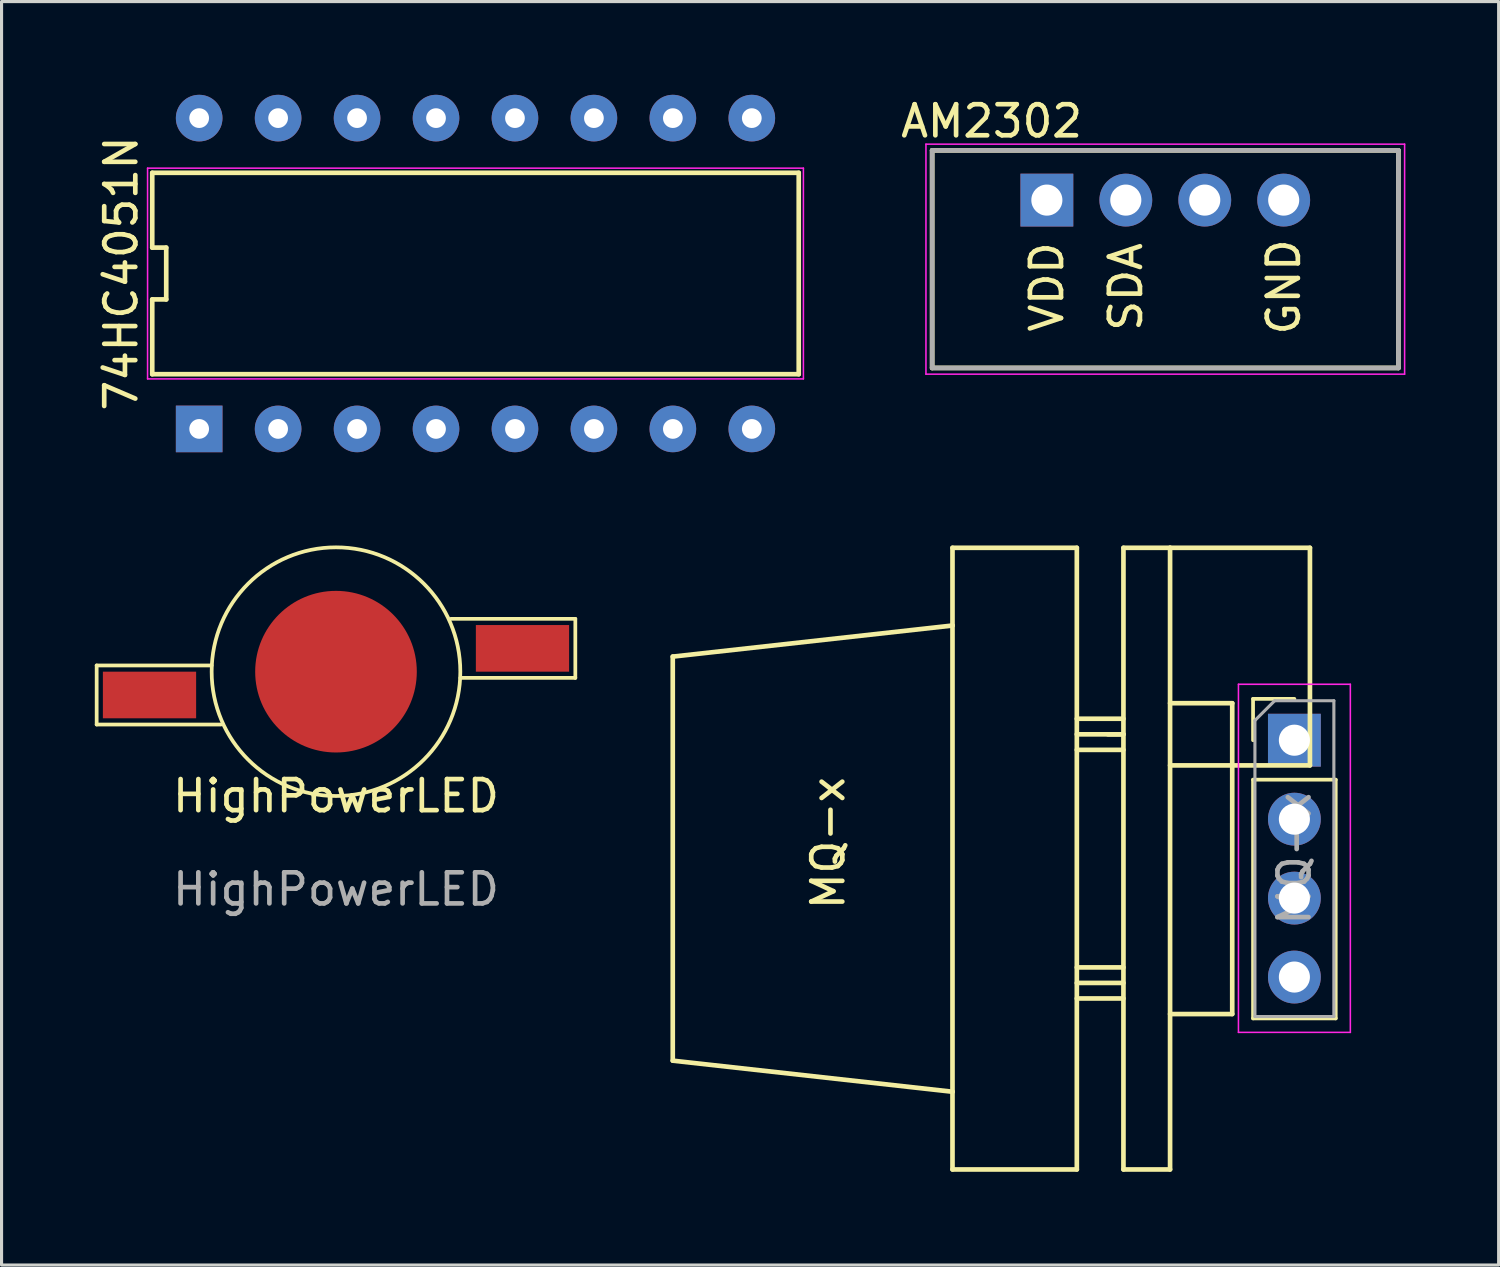
<source format=kicad_pcb>
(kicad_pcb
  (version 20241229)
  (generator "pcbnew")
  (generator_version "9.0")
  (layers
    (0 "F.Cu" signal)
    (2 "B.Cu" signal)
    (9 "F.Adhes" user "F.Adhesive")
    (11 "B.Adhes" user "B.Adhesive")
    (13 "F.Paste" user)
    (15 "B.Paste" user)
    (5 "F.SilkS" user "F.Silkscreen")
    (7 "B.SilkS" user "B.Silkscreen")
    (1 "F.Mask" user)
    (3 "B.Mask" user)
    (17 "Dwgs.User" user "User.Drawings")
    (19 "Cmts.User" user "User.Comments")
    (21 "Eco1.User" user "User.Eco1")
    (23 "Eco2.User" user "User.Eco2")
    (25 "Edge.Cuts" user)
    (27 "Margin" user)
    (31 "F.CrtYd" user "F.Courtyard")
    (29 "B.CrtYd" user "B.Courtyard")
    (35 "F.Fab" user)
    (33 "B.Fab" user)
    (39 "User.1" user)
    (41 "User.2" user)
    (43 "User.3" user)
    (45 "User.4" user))
  (footprint "AM2302"
    (layer "F.Cu")
    (at 34.441 3.388)
    (property "Reference" "AM2302" (at -5.588 -2.54 180) (layer "F.SilkS") (effects (font (size 1 1) (thickness 0.15))))
    (attr through_hole)
    (fp_line (start -7.5 -1.6) (end -7.5 5.4) (stroke (width 0.15) (type solid)) (layer "F.SilkS"))
    (fp_line (start -7.5 5.4) (end 7.5 5.4) (stroke (width 0.15) (type solid)) (layer "F.SilkS"))
    (fp_line (start 7.5 -1.6) (end -7.5 -1.6) (stroke (width 0.15) (type solid)) (layer "F.SilkS"))
    (fp_line (start 7.5 5.4) (end 7.5 -1.6) (stroke (width 0.15) (type solid)) (layer "F.SilkS"))
    (fp_line (start -7.7 -1.8) (end -7.7 5.6) (stroke (width 0.05) (type solid)) (layer "F.CrtYd"))
    (fp_line (start -7.7 5.6) (end 7.7 5.6) (stroke (width 0.05) (type solid)) (layer "F.CrtYd"))
    (fp_line (start 7.7 -1.8) (end -7.7 -1.8) (stroke (width 0.05) (type solid)) (layer "F.CrtYd"))
    (fp_line (start 7.7 5.6) (end 7.7 -1.8) (stroke (width 0.05) (type solid)) (layer "F.CrtYd"))
    (fp_line (start -7.5 -1.6) (end -7.5 5.4) (stroke (width 0.15) (type solid)) (layer "F.Fab"))
    (fp_line (start -7.5 5.4) (end 7.5 5.4) (stroke (width 0.15) (type solid)) (layer "F.Fab"))
    (fp_line (start 7.5 -1.6) (end -7.5 -1.6) (stroke (width 0.15) (type solid)) (layer "F.Fab"))
    (fp_line (start 7.5 5.4) (end 7.5 -1.6) (stroke (width 0.15) (type solid)) (layer "F.Fab"))
    (fp_text user "SDA" (at -1.27 2.794 90) (layer "F.SilkS") (effects (font (size 1 1) (thickness 0.15))))
    (fp_text user "VDD" (at -3.81 2.794 90) (layer "F.SilkS") (effects (font (size 1 1) (thickness 0.15))))
    (fp_text user "GND" (at 3.81 2.794 90) (layer "F.SilkS") (effects (font (size 1 1) (thickness 0.15))))
    (pad "1" thru_hole rect (at -3.81 0 90) (size 1.7 1.7) (drill 1) (layers "*.Cu" "*.Mask"))
    (pad "2" thru_hole oval (at -1.27 0 90) (size 1.7 1.7) (drill 1) (layers "*.Cu" "*.Mask"))
    (pad "3" thru_hole oval (at 1.27 0 90) (size 1.7 1.7) (drill 1) (layers "*.Cu" "*.Mask"))
    (pad "4" thru_hole oval (at 3.81 0 90) (size 1.7 1.7) (drill 1) (layers "*.Cu" "*.Mask")))
  (footprint "HighPowerLED"
    (layer "F.Cu")
    (at 7.76 18.56)
    (property "Reference" "HighPowerLED" (at 0 4 0) (unlocked yes) (layer "F.SilkS") (effects (font (size 1 1) (thickness 0.15))))
    (attr smd)
    (fp_line (start -7.7 -0.2) (end -7.7 1.7) (stroke (width 0.12) (type solid)) (layer "F.SilkS"))
    (fp_line (start -7.7 1.7) (end -3.7 1.7) (stroke (width 0.12) (type solid)) (layer "F.SilkS"))
    (fp_line (start -4 -0.2) (end -7.7 -0.2) (stroke (width 0.12) (type solid)) (layer "F.SilkS"))
    (fp_line (start 3.7 -1.7) (end 7.7 -1.7) (stroke (width 0.12) (type solid)) (layer "F.SilkS"))
    (fp_line (start 7.7 -1.7) (end 7.7 0.2) (stroke (width 0.12) (type solid)) (layer "F.SilkS"))
    (fp_line (start 7.7 0.2) (end 4 0.2) (stroke (width 0.12) (type solid)) (layer "F.SilkS"))
    (fp_circle (center 0 0) (end 4 0) (stroke (width 0.12) (type solid)) (fill no) (layer "F.SilkS"))
    (fp_text user "${REFERENCE}" (at 0 7 0) (unlocked yes) (layer "F.Fab") (effects (font (size 1 1) (thickness 0.15))))
    (pad "" smd circle (at 0 0) (size 5.2 5.2) (layers "F.Cu" "F.Mask" "F.Paste"))
    (pad "1" smd rect (at -6 0.75) (size 3 1.5) (layers "F.Cu" "F.Mask" "F.Paste"))
    (pad "2" smd rect (at 6 -0.75) (size 3 1.5) (layers "F.Cu" "F.Mask" "F.Paste")))
  (footprint "74HC4051N"
    (layer "F.Cu")
    (at 12.248 5.75)
    (property "Reference" "74HC4051N" (at -11.4 0 90) (layer "F.SilkS") (effects (font (size 1 1) (thickness 0.15))))
    (attr through_hole)
    (fp_line (start -10.4 -3.24) (end -10.4 -0.833) (stroke (width 0.15) (type solid)) (layer "F.SilkS"))
    (fp_line (start -10.4 -0.833) (end -9.95 -0.833) (stroke (width 0.15) (type solid)) (layer "F.SilkS"))
    (fp_line (start -10.4 0.833) (end -10.4 3.24) (stroke (width 0.15) (type solid)) (layer "F.SilkS"))
    (fp_line (start -10.4 3.24) (end 10.4 3.24) (stroke (width 0.15) (type solid)) (layer "F.SilkS"))
    (fp_line (start -9.95 -0.833) (end -9.95 0.833) (stroke (width 0.15) (type solid)) (layer "F.SilkS"))
    (fp_line (start -9.95 0.833) (end -10.4 0.833) (stroke (width 0.15) (type solid)) (layer "F.SilkS"))
    (fp_line (start 10.4 -3.24) (end -10.4 -3.24) (stroke (width 0.15) (type solid)) (layer "F.SilkS"))
    (fp_line (start 10.4 3.24) (end 10.4 -3.24) (stroke (width 0.15) (type solid)) (layer "F.SilkS"))
    (fp_line (start -10.55 -3.39) (end 10.55 -3.39) (stroke (width 0.05) (type solid)) (layer "F.CrtYd"))
    (fp_line (start -10.55 3.39) (end -10.55 -3.39) (stroke (width 0.05) (type solid)) (layer "F.CrtYd"))
    (fp_line (start 10.55 -3.39) (end 10.55 3.39) (stroke (width 0.05) (type solid)) (layer "F.CrtYd"))
    (fp_line (start 10.55 3.39) (end -10.55 3.39) (stroke (width 0.05) (type solid)) (layer "F.CrtYd"))
    (pad "1" thru_hole rect (at -8.89 5) (size 1.5 1.5) (drill 0.635) (layers "*.Cu" "*.Mask"))
    (pad "2" thru_hole circle (at -6.35 5) (size 1.5 1.5) (drill 0.635) (layers "*.Cu" "*.Mask"))
    (pad "3" thru_hole circle (at -3.81 5) (size 1.5 1.5) (drill 0.635) (layers "*.Cu" "*.Mask"))
    (pad "4" thru_hole circle (at -1.27 5) (size 1.5 1.5) (drill 0.635) (layers "*.Cu" "*.Mask"))
    (pad "5" thru_hole circle (at 1.27 5) (size 1.5 1.5) (drill 0.635) (layers "*.Cu" "*.Mask"))
    (pad "6" thru_hole circle (at 3.81 5) (size 1.5 1.5) (drill 0.635) (layers "*.Cu" "*.Mask"))
    (pad "7" thru_hole circle (at 6.35 5) (size 1.5 1.5) (drill 0.635) (layers "*.Cu" "*.Mask"))
    (pad "8" thru_hole circle (at 8.89 5) (size 1.5 1.5) (drill 0.635) (layers "*.Cu" "*.Mask"))
    (pad "9" thru_hole circle (at 8.89 -5) (size 1.5 1.5) (drill 0.635) (layers "*.Cu" "*.Mask"))
    (pad "10" thru_hole circle (at 6.35 -5) (size 1.5 1.5) (drill 0.635) (layers "*.Cu" "*.Mask"))
    (pad "11" thru_hole circle (at 3.81 -5) (size 1.5 1.5) (drill 0.635) (layers "*.Cu" "*.Mask"))
    (pad "12" thru_hole circle (at 1.27 -5) (size 1.5 1.5) (drill 0.635) (layers "*.Cu" "*.Mask"))
    (pad "13" thru_hole circle (at -1.27 -5) (size 1.5 1.5) (drill 0.635) (layers "*.Cu" "*.Mask"))
    (pad "14" thru_hole circle (at -3.81 -5) (size 1.5 1.5) (drill 0.635) (layers "*.Cu" "*.Mask"))
    (pad "15" thru_hole circle (at -6.35 -5) (size 1.5 1.5) (drill 0.635) (layers "*.Cu" "*.Mask"))
    (pad "16" thru_hole circle (at -8.89 -5) (size 1.5 1.5) (drill 0.635) (layers "*.Cu" "*.Mask")))
  (footprint "MQ-x"
    (layer "F.Cu")
    (at 38.595 24.575)
    (property "Reference" "MQ-x" (at -15 -0.5 90) (layer "F.SilkS") (effects (font (size 1 1) (thickness 0.15))))
    (attr through_hole)
    (fp_line (start -20 -6.5) (end -11 -7.5) (stroke (width 0.15) (type solid)) (layer "F.SilkS"))
    (fp_line (start -20 6.5) (end -20 -6.5) (stroke (width 0.15) (type solid)) (layer "F.SilkS"))
    (fp_line (start -11 -10) (end -7 -10) (stroke (width 0.15) (type solid)) (layer "F.SilkS"))
    (fp_line (start -11 -7.5) (end -11 -10) (stroke (width 0.15) (type solid)) (layer "F.SilkS"))
    (fp_line (start -11 -7.5) (end -11 7.5) (stroke (width 0.15) (type solid)) (layer "F.SilkS"))
    (fp_line (start -11 7.5) (end -20 6.5) (stroke (width 0.15) (type solid)) (layer "F.SilkS"))
    (fp_line (start -11 10) (end -11 7.5) (stroke (width 0.15) (type solid)) (layer "F.SilkS"))
    (fp_line (start -7 -10) (end -7 10) (stroke (width 0.15) (type solid)) (layer "F.SilkS"))
    (fp_line (start -7 10) (end -11 10) (stroke (width 0.15) (type solid)) (layer "F.SilkS"))
    (fp_line (start -6 -4) (end -5.5 -4) (stroke (width 0.15) (type solid)) (layer "F.SilkS"))
    (fp_line (start -5.5 -10) (end -5.5 10) (stroke (width 0.15) (type solid)) (layer "F.SilkS"))
    (fp_line (start -5.5 -4.5) (end -7 -4.5) (stroke (width 0.15) (type solid)) (layer "F.SilkS"))
    (fp_line (start -5.5 -4) (end -7 -4) (stroke (width 0.15) (type solid)) (layer "F.SilkS"))
    (fp_line (start -5.5 -3.5) (end -7 -3.5) (stroke (width 0.15) (type solid)) (layer "F.SilkS"))
    (fp_line (start -5.5 3.5) (end -7 3.5) (stroke (width 0.15) (type solid)) (layer "F.SilkS"))
    (fp_line (start -5.5 4) (end -7 4) (stroke (width 0.15) (type solid)) (layer "F.SilkS"))
    (fp_line (start -5.5 4.5) (end -7 4.5) (stroke (width 0.15) (type solid)) (layer "F.SilkS"))
    (fp_line (start -5.5 10) (end -4 10) (stroke (width 0.15) (type solid)) (layer "F.SilkS"))
    (fp_line (start -4 -10) (end -5.5 -10) (stroke (width 0.15) (type solid)) (layer "F.SilkS"))
    (fp_line (start -4 -10) (end 0.5 -10) (stroke (width 0.15) (type solid)) (layer "F.SilkS"))
    (fp_line (start -4 -5) (end -2 -5) (stroke (width 0.15) (type solid)) (layer "F.SilkS"))
    (fp_line (start -4 10) (end -4 -10) (stroke (width 0.15) (type solid)) (layer "F.SilkS"))
    (fp_line (start -2 -5) (end -2 5) (stroke (width 0.15) (type solid)) (layer "F.SilkS"))
    (fp_line (start -2 5) (end -4 5) (stroke (width 0.15) (type solid)) (layer "F.SilkS"))
    (fp_line (start -1.33 -5.14) (end 0 -5.14) (stroke (width 0.12) (type solid)) (layer "F.SilkS"))
    (fp_line (start -1.33 -3.81) (end -1.33 -5.14) (stroke (width 0.12) (type solid)) (layer "F.SilkS"))
    (fp_line (start -1.33 -2.54) (end -1.33 5.14) (stroke (width 0.12) (type solid)) (layer "F.SilkS"))
    (fp_line (start -1.33 -2.54) (end 1.33 -2.54) (stroke (width 0.12) (type solid)) (layer "F.SilkS"))
    (fp_line (start -1.33 5.14) (end 1.33 5.14) (stroke (width 0.12) (type solid)) (layer "F.SilkS"))
    (fp_line (start 0.5 -10) (end 0.5 -3) (stroke (width 0.15) (type solid)) (layer "F.SilkS"))
    (fp_line (start 0.5 -3) (end -4 -3) (stroke (width 0.15) (type solid)) (layer "F.SilkS"))
    (fp_line (start 1.33 -2.54) (end 1.33 5.14) (stroke (width 0.12) (type solid)) (layer "F.SilkS"))
    (fp_line (start -1.8 -5.61) (end -1.8 5.59) (stroke (width 0.05) (type solid)) (layer "F.CrtYd"))
    (fp_line (start -1.8 5.59) (end 1.8 5.59) (stroke (width 0.05) (type solid)) (layer "F.CrtYd"))
    (fp_line (start 1.8 -5.61) (end -1.8 -5.61) (stroke (width 0.05) (type solid)) (layer "F.CrtYd"))
    (fp_line (start 1.8 5.59) (end 1.8 -5.61) (stroke (width 0.05) (type solid)) (layer "F.CrtYd"))
    (fp_line (start -1.27 -4.445) (end -0.635 -5.08) (stroke (width 0.1) (type solid)) (layer "F.Fab"))
    (fp_line (start -1.27 5.08) (end -1.27 -4.445) (stroke (width 0.1) (type solid)) (layer "F.Fab"))
    (fp_line (start -0.635 -5.08) (end 1.27 -5.08) (stroke (width 0.1) (type solid)) (layer "F.Fab"))
    (fp_line (start 1.27 -5.08) (end 1.27 5.08) (stroke (width 0.1) (type solid)) (layer "F.Fab"))
    (fp_line (start 1.27 5.08) (end -1.27 5.08) (stroke (width 0.1) (type solid)) (layer "F.Fab"))
    (fp_text user "${REFERENCE}" (at 0 0 90) (layer "F.Fab") (effects (font (size 1 1) (thickness 0.15))))
    (pad "1" thru_hole rect (at 0 -3.81) (size 1.7 1.7) (drill 1) (layers "*.Cu" "*.Mask"))
    (pad "2" thru_hole oval (at 0 -1.27) (size 1.7 1.7) (drill 1) (layers "*.Cu" "*.Mask"))
    (pad "3" thru_hole oval (at 0 1.27) (size 1.7 1.7) (drill 1) (layers "*.Cu" "*.Mask"))
    (pad "4" thru_hole oval (at 0 3.81) (size 1.7 1.7) (drill 1) (layers "*.Cu" "*.Mask")))
  (gr_rect
    (start -3 -3)
    (end 45.166 37.65)
    (stroke (width 0.1) (type default))
    (fill no)
    (layer "Edge.Cuts")))
</source>
